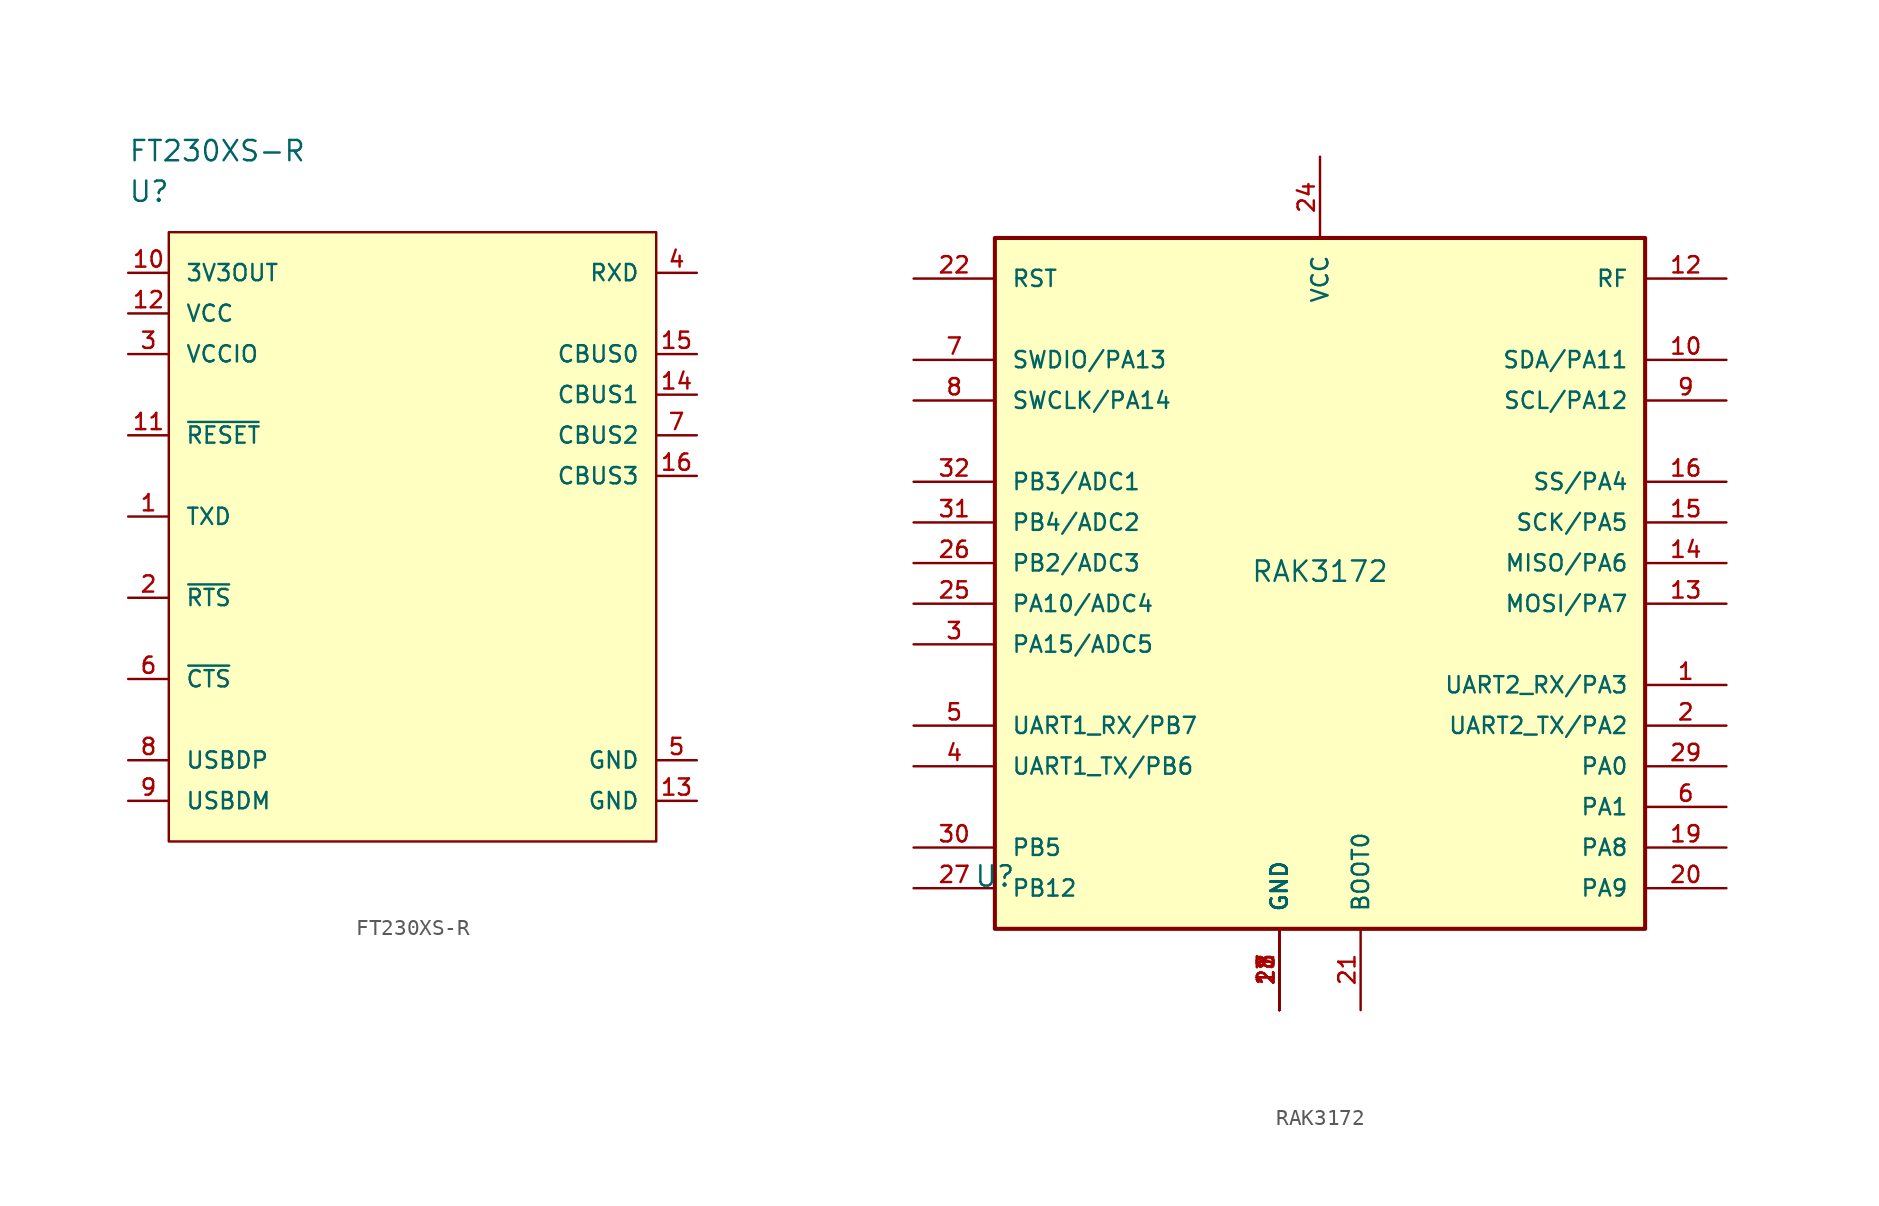
<source format=kicad_sym>
(kicad_symbol_lib
  (version 20220914)
  (generator kicad_symbol_editor)
  (symbol "FT230XS-R"
    (pin_names
      (offset 1.016))
    (property "Reference" "U"
      (at 0 5.08 0)
      (effects (font (size 1.27 1.27)) (justify left)))
    (property "Value" "FT230XS-R"
      (at 0 7.62 0)
      (effects (font (size 1.27 1.27)) (justify left)))
    (property "ki_locked" ""
      (at 0 0 0)
      (effects (font (size 1.27 1.27))))
    (symbol "FT230XS-R_1_1"
      (rectangle (start 2.54 2.54) (end 33.02 -35.56) (stroke (width 0) (type solid)) (fill (type background)))
      (pin input line (at 0 -15.24 0) (length 2.54) (name "TXD" (effects (font (size 1.016 1.016)))) (number "1" (effects (font (size 1.016 1.016)))))
      (pin power_in line (at 0 0 0) (length 2.54) (name "3V3OUT" (effects (font (size 1.016 1.016)))) (number "10" (effects (font (size 1.016 1.016)))))
      (pin input line (at 0 -10.16 0) (length 2.54) (name "~{RESET}" (effects (font (size 1.016 1.016)))) (number "11" (effects (font (size 1.016 1.016)))))
      (pin power_in line (at 0 -2.54 0) (length 2.54) (name "VCC" (effects (font (size 1.016 1.016)))) (number "12" (effects (font (size 1.016 1.016)))))
      (pin power_in line (at 35.56 -33.02 180) (length 2.54) (name "GND" (effects (font (size 1.016 1.016)))) (number "13" (effects (font (size 1.016 1.016)))))
      (pin bidirectional line (at 35.56 -7.62 180) (length 2.54) (name "CBUS1" (effects (font (size 1.016 1.016)))) (number "14" (effects (font (size 1.016 1.016)))))
      (pin bidirectional line (at 35.56 -5.08 180) (length 2.54) (name "CBUS0" (effects (font (size 1.016 1.016)))) (number "15" (effects (font (size 1.016 1.016)))))
      (pin bidirectional line (at 35.56 -12.7 180) (length 2.54) (name "CBUS3" (effects (font (size 1.016 1.016)))) (number "16" (effects (font (size 1.016 1.016)))))
      (pin input line (at 0 -20.32 0) (length 2.54) (name "~{RTS}" (effects (font (size 1.016 1.016)))) (number "2" (effects (font (size 1.016 1.016)))))
      (pin power_in line (at 0 -5.08 0) (length 2.54) (name "VCCIO" (effects (font (size 1.016 1.016)))) (number "3" (effects (font (size 1.016 1.016)))))
      (pin output line (at 35.56 0 180) (length 2.54) (name "RXD" (effects (font (size 1.016 1.016)))) (number "4" (effects (font (size 1.016 1.016)))))
      (pin power_in line (at 35.56 -30.48 180) (length 2.54) (name "GND" (effects (font (size 1.016 1.016)))) (number "5" (effects (font (size 1.016 1.016)))))
      (pin input line (at 0 -25.4 0) (length 2.54) (name "~{CTS}" (effects (font (size 1.016 1.016)))) (number "6" (effects (font (size 1.016 1.016)))))
      (pin bidirectional line (at 35.56 -10.16 180) (length 2.54) (name "CBUS2" (effects (font (size 1.016 1.016)))) (number "7" (effects (font (size 1.016 1.016)))))
      (pin bidirectional line (at 0 -30.48 0) (length 2.54) (name "USBDP" (effects (font (size 1.016 1.016)))) (number "8" (effects (font (size 1.016 1.016)))))
      (pin bidirectional line (at 0 -33.02 0) (length 2.54) (name "USBDM" (effects (font (size 1.016 1.016)))) (number "9" (effects (font (size 1.016 1.016)))))))
  (symbol "RAK3172"
    (pin_names
      (offset 1.016))
    (property "Reference" "U"
      (at 0 0 0)
      (effects (font (size 1.27 1.27)) (justify bottom)))
    (property "Value" "RAK3172"
      (at 20.32 19.05 0)
      (effects (font (size 1.27 1.27)) (justify bottom)))
    (symbol "RAK3172_0_0"
      (rectangle (start 0 -2.54) (end 40.64 40.64) (stroke (width 0.254) (type default)) (fill (type background)))
      (pin bidirectional line (at 45.72 12.7 180) (length 5.08) (name "UART2_RX/PA3" (effects (font (size 1.016 1.016)))) (number "1" (effects (font (size 1.016 1.016)))))
      (pin bidirectional line (at 45.72 33.02 180) (length 5.08) (name "SDA/PA11" (effects (font (size 1.016 1.016)))) (number "10" (effects (font (size 1.016 1.016)))))
      (pin power_in line (at 17.78 -7.62 90) (length 5.08) (name "GND" (effects (font (size 1.016 1.016)))) (number "11" (effects (font (size 1.016 1.016)))))
      (pin output line (at 45.72 38.1 180) (length 5.08) (name "RF" (effects (font (size 1.016 1.016)))) (number "12" (effects (font (size 1.016 1.016)))))
      (pin bidirectional line (at 45.72 17.78 180) (length 5.08) (name "MOSI/PA7" (effects (font (size 1.016 1.016)))) (number "13" (effects (font (size 1.016 1.016)))))
      (pin bidirectional line (at 45.72 20.32 180) (length 5.08) (name "MISO/PA6" (effects (font (size 1.016 1.016)))) (number "14" (effects (font (size 1.016 1.016)))))
      (pin bidirectional line (at 45.72 22.86 180) (length 5.08) (name "SCK/PA5" (effects (font (size 1.016 1.016)))) (number "15" (effects (font (size 1.016 1.016)))))
      (pin bidirectional line (at 45.72 25.4 180) (length 5.08) (name "SS/PA4" (effects (font (size 1.016 1.016)))) (number "16" (effects (font (size 1.016 1.016)))))
      (pin power_in line (at 17.78 -7.62 90) (length 5.08) (name "GND" (effects (font (size 1.016 1.016)))) (number "17" (effects (font (size 1.016 1.016)))))
      (pin power_in line (at 17.78 -7.62 90) (length 5.08) (name "GND" (effects (font (size 1.016 1.016)))) (number "18" (effects (font (size 1.016 1.016)))))
      (pin bidirectional line (at 45.72 2.54 180) (length 5.08) (name "PA8" (effects (font (size 1.016 1.016)))) (number "19" (effects (font (size 1.016 1.016)))))
      (pin bidirectional line (at 45.72 10.16 180) (length 5.08) (name "UART2_TX/PA2" (effects (font (size 1.016 1.016)))) (number "2" (effects (font (size 1.016 1.016)))))
      (pin bidirectional line (at 45.72 0 180) (length 5.08) (name "PA9" (effects (font (size 1.016 1.016)))) (number "20" (effects (font (size 1.016 1.016)))))
      (pin input line (at 22.86 -7.62 90) (length 5.08) (name "BOOT0" (effects (font (size 1.016 1.016)))) (number "21" (effects (font (size 1.016 1.016)))))
      (pin input line (at -5.08 38.1 0) (length 5.08) (name "RST" (effects (font (size 1.016 1.016)))) (number "22" (effects (font (size 1.016 1.016)))))
      (pin power_in line (at 17.78 -7.62 90) (length 5.08) (name "GND" (effects (font (size 1.016 1.016)))) (number "23" (effects (font (size 1.016 1.016)))))
      (pin power_in line (at 20.32 45.72 270) (length 5.08) (name "VCC" (effects (font (size 1.016 1.016)))) (number "24" (effects (font (size 1.016 1.016)))))
      (pin bidirectional line (at -5.08 17.78 0) (length 5.08) (name "PA10/ADC4" (effects (font (size 1.016 1.016)))) (number "25" (effects (font (size 1.016 1.016)))))
      (pin bidirectional line (at -5.08 20.32 0) (length 5.08) (name "PB2/ADC3" (effects (font (size 1.016 1.016)))) (number "26" (effects (font (size 1.016 1.016)))))
      (pin bidirectional line (at -5.08 0 0) (length 5.08) (name "PB12" (effects (font (size 1.016 1.016)))) (number "27" (effects (font (size 1.016 1.016)))))
      (pin power_in line (at 17.78 -7.62 90) (length 5.08) (name "GND" (effects (font (size 1.016 1.016)))) (number "28" (effects (font (size 1.016 1.016)))))
      (pin bidirectional line (at 45.72 7.62 180) (length 5.08) (name "PA0" (effects (font (size 1.016 1.016)))) (number "29" (effects (font (size 1.016 1.016)))))
      (pin bidirectional line (at -5.08 15.24 0) (length 5.08) (name "PA15/ADC5" (effects (font (size 1.016 1.016)))) (number "3" (effects (font (size 1.016 1.016)))))
      (pin bidirectional line (at -5.08 2.54 0) (length 5.08) (name "PB5" (effects (font (size 1.016 1.016)))) (number "30" (effects (font (size 1.016 1.016)))))
      (pin bidirectional line (at -5.08 22.86 0) (length 5.08) (name "PB4/ADC2" (effects (font (size 1.016 1.016)))) (number "31" (effects (font (size 1.016 1.016)))))
      (pin bidirectional line (at -5.08 25.4 0) (length 5.08) (name "PB3/ADC1" (effects (font (size 1.016 1.016)))) (number "32" (effects (font (size 1.016 1.016)))))
      (pin bidirectional line (at -5.08 7.62 0) (length 5.08) (name "UART1_TX/PB6" (effects (font (size 1.016 1.016)))) (number "4" (effects (font (size 1.016 1.016)))))
      (pin bidirectional line (at -5.08 10.16 0) (length 5.08) (name "UART1_RX/PB7" (effects (font (size 1.016 1.016)))) (number "5" (effects (font (size 1.016 1.016)))))
      (pin bidirectional line (at 45.72 5.08 180) (length 5.08) (name "PA1" (effects (font (size 1.016 1.016)))) (number "6" (effects (font (size 1.016 1.016)))))
      (pin bidirectional line (at -5.08 33.02 0) (length 5.08) (name "SWDIO/PA13" (effects (font (size 1.016 1.016)))) (number "7" (effects (font (size 1.016 1.016)))))
      (pin bidirectional line (at -5.08 30.48 0) (length 5.08) (name "SWCLK/PA14" (effects (font (size 1.016 1.016)))) (number "8" (effects (font (size 1.016 1.016)))))
      (pin bidirectional line (at 45.72 30.48 180) (length 5.08) (name "SCL/PA12" (effects (font (size 1.016 1.016)))) (number "9" (effects (font (size 1.016 1.016))))))))
</source>
